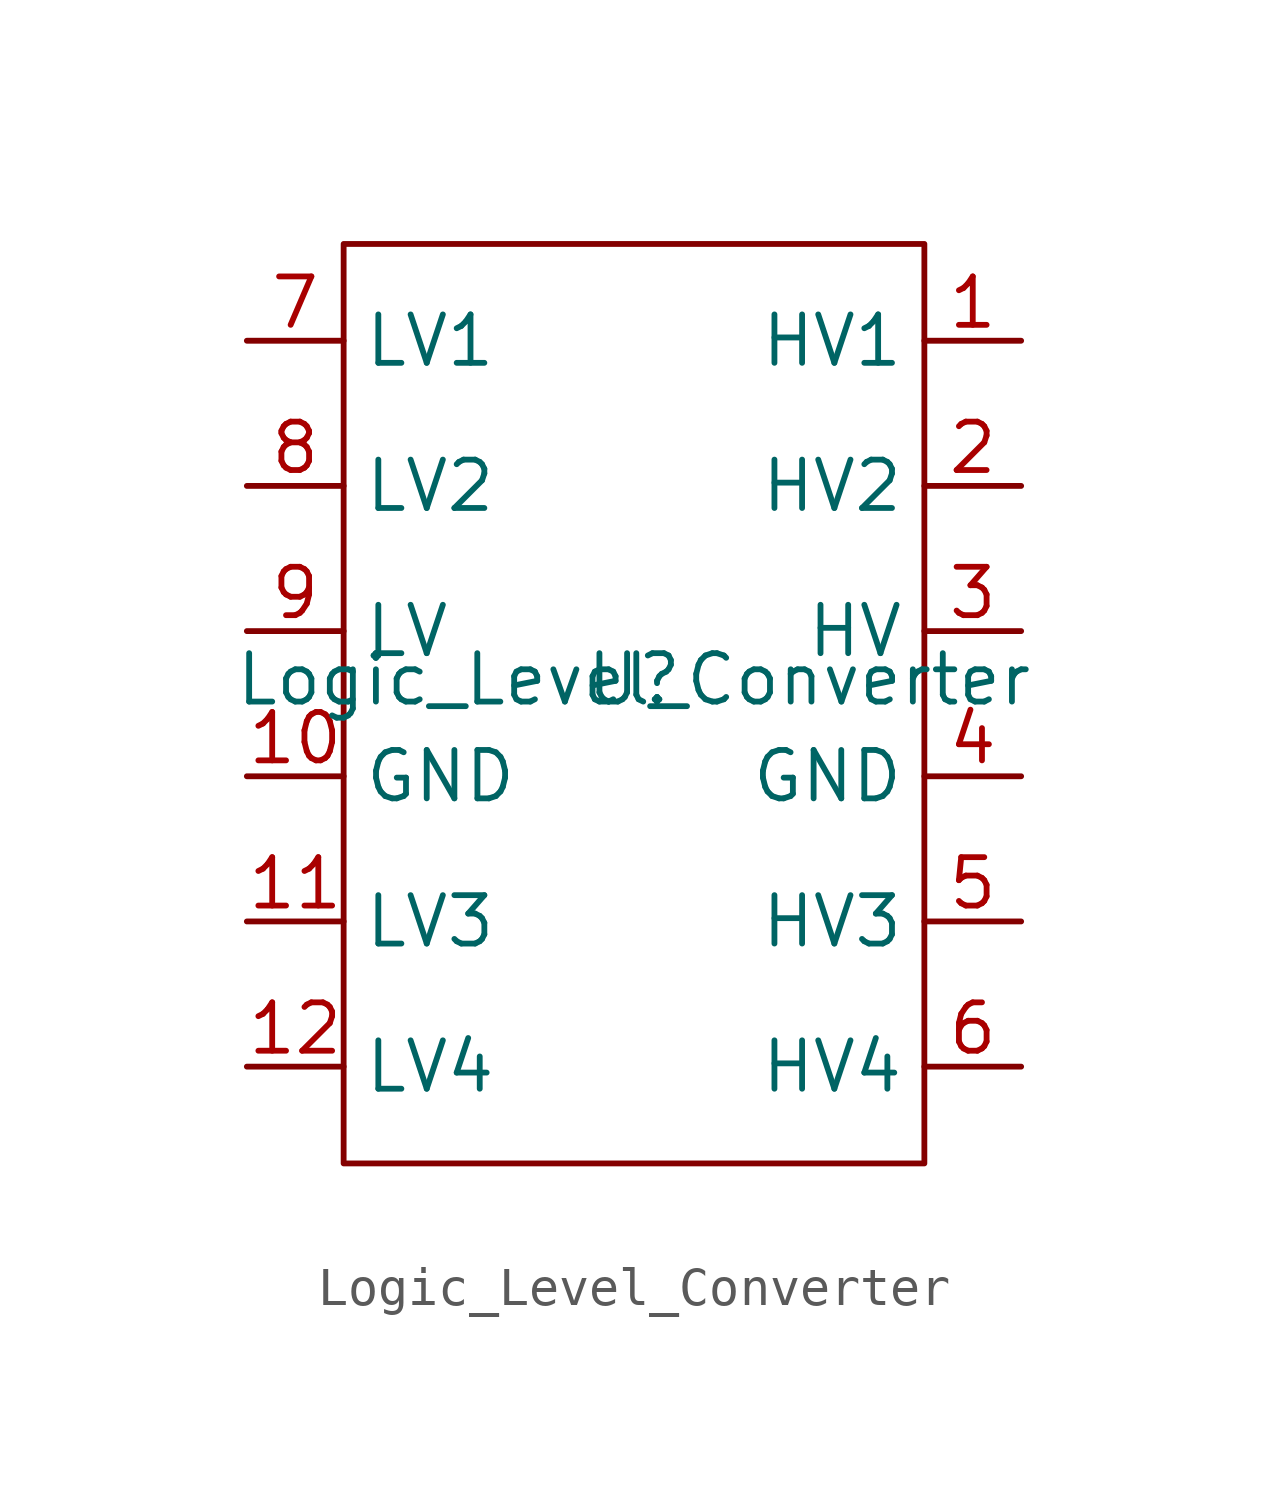
<source format=kicad_sym>
(kicad_symbol_lib
  (version 20211014)
  (generator kicad_symbol_editor)
  (symbol "Logic_Level_Converter"
    (property "Reference" "U"
      (at 0 0 0)
      (effects (font (size 1.27 1.27))))
    (property "Value" "Logic_Level_Converter"
      (at 0 0 0)
      (effects (font (size 1.27 1.27))))
    (symbol "Logic_Level_Converter_0_1"
      (rectangle (start -7.62 11.43) (end 7.62 -12.7) (stroke (width 0) (type default) (color 0 0 0 0)) (fill (type none))))
    (symbol "Logic_Level_Converter_1_1"
      (pin bidirectional line (at 10.16 8.89 180) (length 2.54) (name "HV1" (effects (font (size 1.27 1.27)))) (number "1" (effects (font (size 1.27 1.27)))))
      (pin input line (at -10.16 -2.54 0) (length 2.54) (name "GND" (effects (font (size 1.27 1.27)))) (number "10" (effects (font (size 1.27 1.27)))))
      (pin bidirectional line (at -10.16 -6.35 0) (length 2.54) (name "LV3" (effects (font (size 1.27 1.27)))) (number "11" (effects (font (size 1.27 1.27)))))
      (pin bidirectional line (at -10.16 -10.16 0) (length 2.54) (name "LV4" (effects (font (size 1.27 1.27)))) (number "12" (effects (font (size 1.27 1.27)))))
      (pin bidirectional line (at 10.16 5.08 180) (length 2.54) (name "HV2" (effects (font (size 1.27 1.27)))) (number "2" (effects (font (size 1.27 1.27)))))
      (pin input line (at 10.16 1.27 180) (length 2.54) (name "HV" (effects (font (size 1.27 1.27)))) (number "3" (effects (font (size 1.27 1.27)))))
      (pin input line (at 10.16 -2.54 180) (length 2.54) (name "GND" (effects (font (size 1.27 1.27)))) (number "4" (effects (font (size 1.27 1.27)))))
      (pin bidirectional line (at 10.16 -6.35 180) (length 2.54) (name "HV3" (effects (font (size 1.27 1.27)))) (number "5" (effects (font (size 1.27 1.27)))))
      (pin bidirectional line (at 10.16 -10.16 180) (length 2.54) (name "HV4" (effects (font (size 1.27 1.27)))) (number "6" (effects (font (size 1.27 1.27)))))
      (pin bidirectional line (at -10.16 8.89 0) (length 2.54) (name "LV1" (effects (font (size 1.27 1.27)))) (number "7" (effects (font (size 1.27 1.27)))))
      (pin bidirectional line (at -10.16 5.08 0) (length 2.54) (name "LV2" (effects (font (size 1.27 1.27)))) (number "8" (effects (font (size 1.27 1.27)))))
      (pin input line (at -10.16 1.27 0) (length 2.54) (name "LV" (effects (font (size 1.27 1.27)))) (number "9" (effects (font (size 1.27 1.27))))))))
</source>
